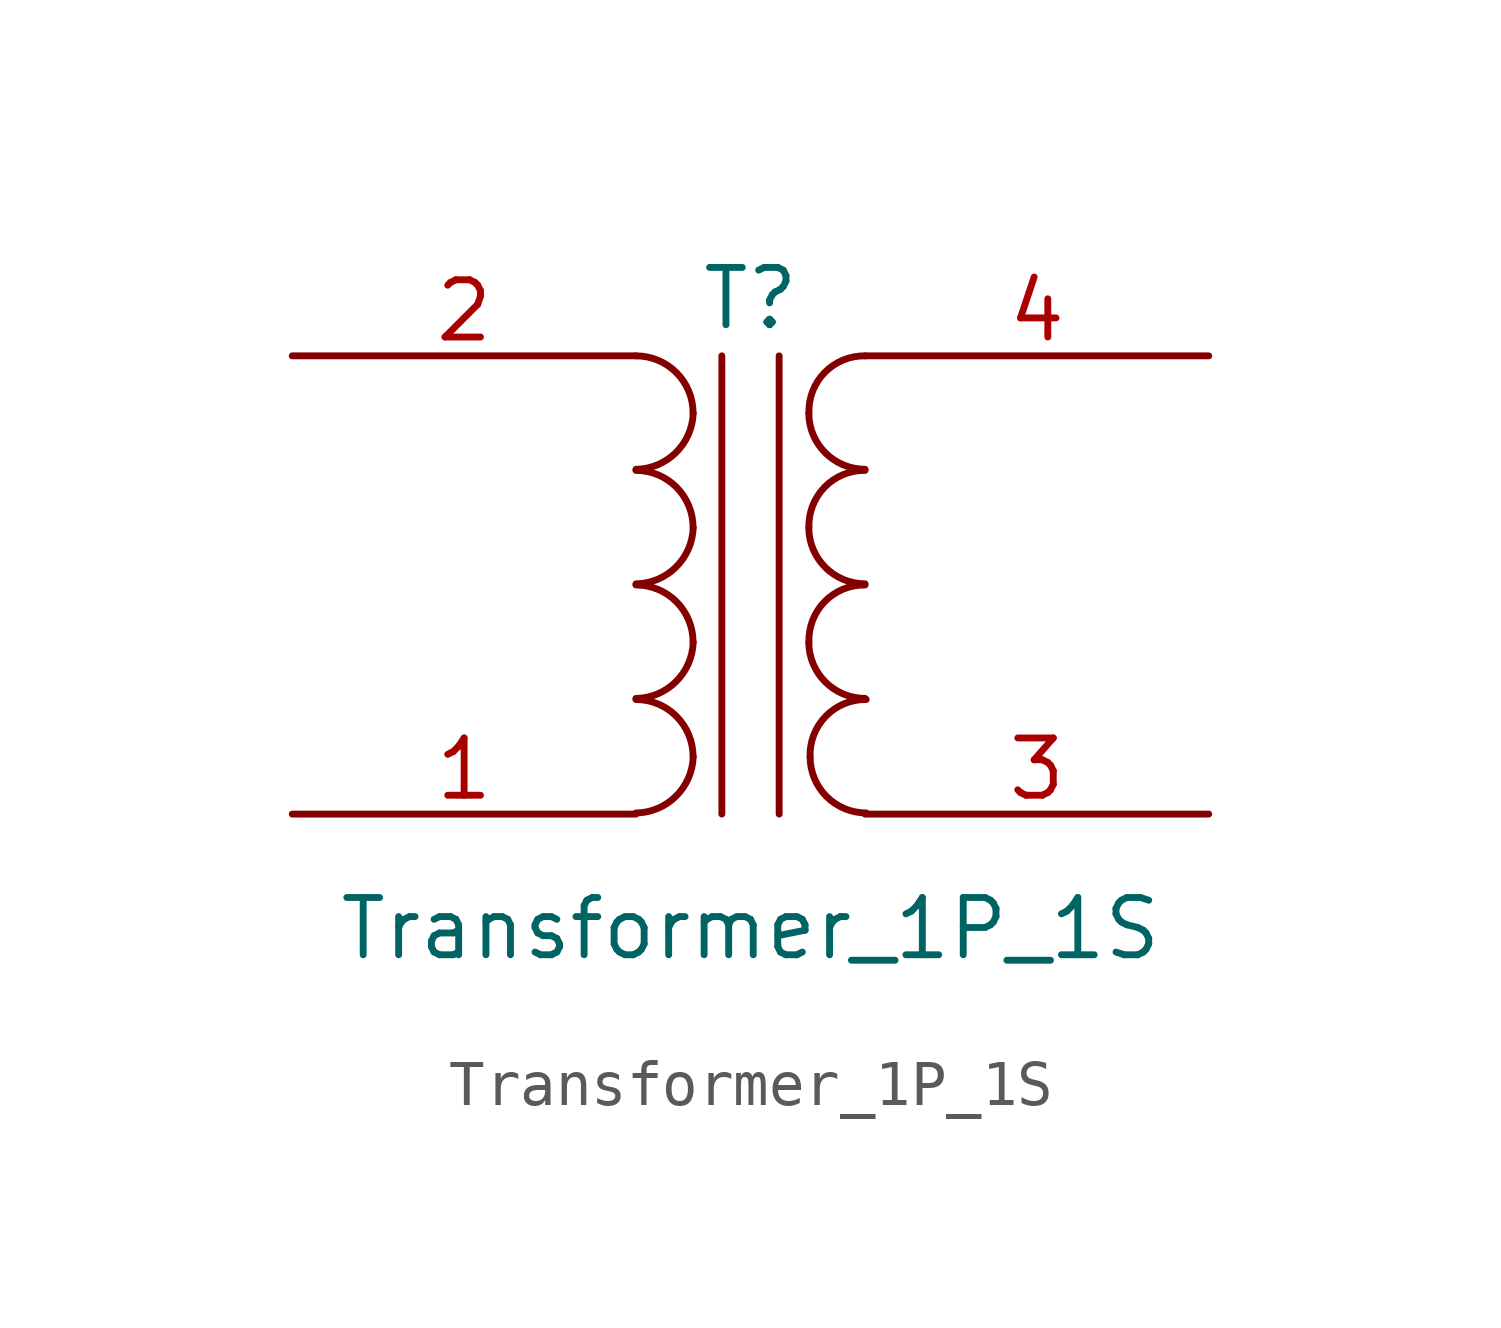
<source format=kicad_sym>
(kicad_symbol_lib
  (version 20220914)
  (generator kicad_symbol_editor)
  (symbol "Transformer_1P_1S"
    (pin_names
      (offset 1.016) hide)
    (property "Reference" "T"
      (at 0 6.35 0)
      (effects (font (size 1.27 1.27))))
    (property "Value" "Transformer_1P_1S"
      (at 0 -7.62 0)
      (effects (font (size 1.27 1.27))))
    (symbol "Transformer_1P_1S_0_1"
      (arc (start -2.54 -5.0546) (mid -1.6599 -4.6901) (end -1.27 -3.81) (stroke (width 0) (type default)) (fill (type none)))
      (arc (start -2.54 -2.5146) (mid -1.6599 -2.1501) (end -1.27 -1.27) (stroke (width 0) (type default)) (fill (type none)))
      (arc (start -2.54 0.0254) (mid -1.6599 0.3899) (end -1.27 1.27) (stroke (width 0) (type default)) (fill (type none)))
      (arc (start -2.54 2.5654) (mid -1.6599 2.9299) (end -1.27 3.81) (stroke (width 0) (type default)) (fill (type none)))
      (arc (start -1.27 -3.81) (mid -1.642 -2.912) (end -2.54 -2.54) (stroke (width 0) (type default)) (fill (type none)))
      (arc (start -1.27 -1.27) (mid -1.642 -0.372) (end -2.54 0) (stroke (width 0) (type default)) (fill (type none)))
      (arc (start -1.27 1.27) (mid -1.642 2.168) (end -2.54 2.54) (stroke (width 0) (type default)) (fill (type none)))
      (arc (start -1.27 3.81) (mid -1.642 4.708) (end -2.54 5.08) (stroke (width 0) (type default)) (fill (type none)))
      (polyline (pts (xy -0.635 5.08) (xy -0.635 -5.08)) (stroke (width 0) (type default)) (fill (type none)))
      (polyline (pts (xy 0.635 -5.08) (xy 0.635 5.08)) (stroke (width 0) (type default)) (fill (type none)))
      (arc (start 1.2954 -1.27) (mid 1.6599 -2.1501) (end 2.54 -2.5146) (stroke (width 0) (type default)) (fill (type none)))
      (arc (start 1.2954 1.27) (mid 1.6599 0.3899) (end 2.54 0.0254) (stroke (width 0) (type default)) (fill (type none)))
      (arc (start 1.2954 3.81) (mid 1.6599 2.9299) (end 2.54 2.5654) (stroke (width 0) (type default)) (fill (type none)))
      (arc (start 1.3208 -3.81) (mid 1.6853 -4.6901) (end 2.5654 -5.0546) (stroke (width 0) (type default)) (fill (type none)))
      (arc (start 2.54 0) (mid 1.642 -0.372) (end 1.2954 -1.27) (stroke (width 0) (type default)) (fill (type none)))
      (arc (start 2.54 2.54) (mid 1.642 2.168) (end 1.2954 1.27) (stroke (width 0) (type default)) (fill (type none)))
      (arc (start 2.54 5.08) (mid 1.642 4.708) (end 1.2954 3.81) (stroke (width 0) (type default)) (fill (type none)))
      (arc (start 2.5654 -2.54) (mid 1.6674 -2.912) (end 1.3208 -3.81) (stroke (width 0) (type default)) (fill (type none))))
    (symbol "Transformer_1P_1S_1_1"
      (pin passive line (at -10.16 -5.08 0) (length 7.62) (name "AB" (effects (font (size 1.27 1.27)))) (number "1" (effects (font (size 1.27 1.27)))))
      (pin passive line (at -10.16 5.08 0) (length 7.62) (name "AA" (effects (font (size 1.27 1.27)))) (number "2" (effects (font (size 1.27 1.27)))))
      (pin passive line (at 10.16 -5.08 180) (length 7.62) (name "SA" (effects (font (size 1.27 1.27)))) (number "3" (effects (font (size 1.27 1.27)))))
      (pin passive line (at 10.16 5.08 180) (length 7.62) (name "SB" (effects (font (size 1.27 1.27)))) (number "4" (effects (font (size 1.27 1.27))))))))
</source>
